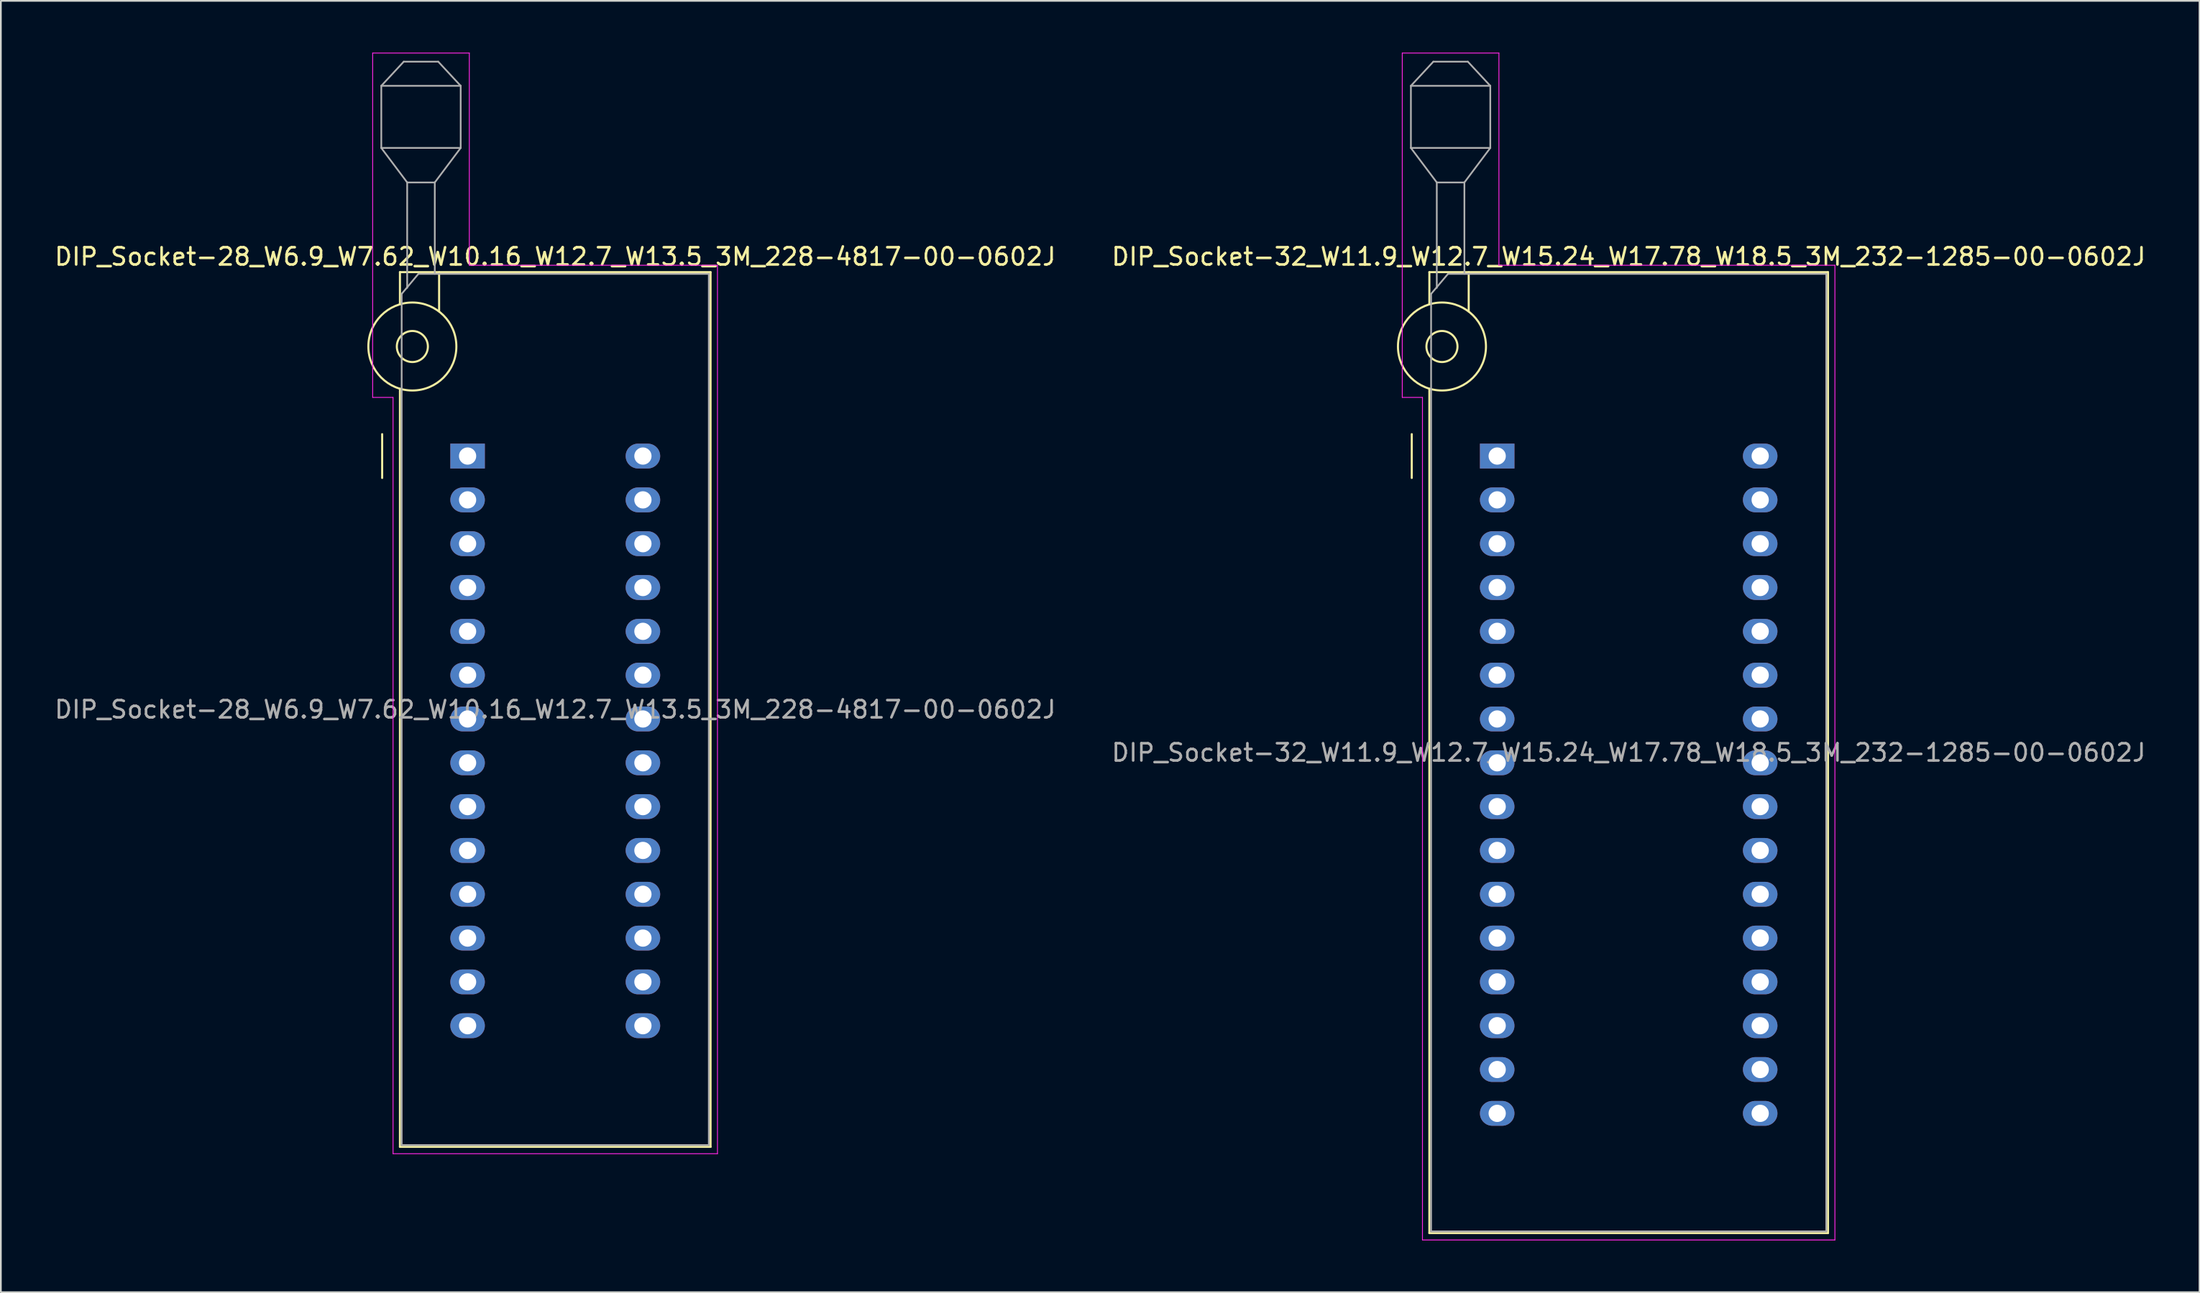
<source format=kicad_pcb>
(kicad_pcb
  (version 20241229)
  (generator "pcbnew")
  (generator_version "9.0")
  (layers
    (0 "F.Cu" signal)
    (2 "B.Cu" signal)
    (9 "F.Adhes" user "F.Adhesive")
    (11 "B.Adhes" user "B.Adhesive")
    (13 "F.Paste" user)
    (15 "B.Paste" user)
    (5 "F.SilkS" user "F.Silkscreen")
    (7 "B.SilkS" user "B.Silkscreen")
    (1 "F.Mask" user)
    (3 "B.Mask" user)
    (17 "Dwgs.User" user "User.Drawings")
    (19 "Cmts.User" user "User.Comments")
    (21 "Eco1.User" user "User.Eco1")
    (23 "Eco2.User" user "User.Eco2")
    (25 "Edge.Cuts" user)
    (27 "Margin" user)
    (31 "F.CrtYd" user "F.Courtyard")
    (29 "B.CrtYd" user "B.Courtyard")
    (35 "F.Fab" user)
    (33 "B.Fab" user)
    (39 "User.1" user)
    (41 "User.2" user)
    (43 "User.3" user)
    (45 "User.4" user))
  (footprint "DIP_Socket-32_W11.9_W12.7_W15.24_W17.78_W18.5_3M_232-1285-00-0602J"
    (layer "F.Cu")
    (at 83.707 23.385)
    (property "Reference" "DIP_Socket-32_W11.9_W12.7_W15.24_W17.78_W18.5_3M_232-1285-00-0602J" (at 7.62 -11.56 0) (layer "F.SilkS") (effects (font (size 1 1) (thickness 0.15))))
    (attr through_hole)
    (fp_line (start -4.95 1.27) (end -4.95 -1.27) (stroke (width 0.12) (type solid)) (layer "F.SilkS"))
    (fp_line (start -3.93 -10.66) (end -3.93 -8.8) (stroke (width 0.12) (type solid)) (layer "F.SilkS"))
    (fp_line (start -3.93 -3.9) (end -3.93 45.04) (stroke (width 0.12) (type solid)) (layer "F.SilkS"))
    (fp_line (start -3.93 45.04) (end 19.17 45.04) (stroke (width 0.12) (type solid)) (layer "F.SilkS"))
    (fp_line (start -1.65 -10.66) (end -1.65 -8.4) (stroke (width 0.12) (type solid)) (layer "F.SilkS"))
    (fp_line (start 19.17 -10.66) (end -3.93 -10.66) (stroke (width 0.12) (type solid)) (layer "F.SilkS"))
    (fp_line (start 19.17 45.04) (end 19.17 -10.66) (stroke (width 0.12) (type solid)) (layer "F.SilkS"))
    (fp_circle (center -3.2 -6.35) (end -2.3 -6.35) (stroke (width 0.12) (type solid)) (fill no) (layer "F.SilkS"))
    (fp_circle (center -3.2 -6.35) (end -0.65 -6.35) (stroke (width 0.12) (type solid)) (fill no) (layer "F.SilkS"))
    (fp_line (start -5.5 -23.36) (end 0.1 -23.36) (stroke (width 0.05) (type solid)) (layer "F.CrtYd"))
    (fp_line (start -5.5 -3.4) (end -5.5 -23.36) (stroke (width 0.05) (type solid)) (layer "F.CrtYd"))
    (fp_line (start -4.33 -3.4) (end -5.5 -3.4) (stroke (width 0.05) (type solid)) (layer "F.CrtYd"))
    (fp_line (start -4.33 45.44) (end -4.33 -3.4) (stroke (width 0.05) (type solid)) (layer "F.CrtYd"))
    (fp_line (start 0.1 -23.36) (end 0.1 -11.06) (stroke (width 0.05) (type solid)) (layer "F.CrtYd"))
    (fp_line (start 0.1 -11.06) (end 19.57 -11.06) (stroke (width 0.05) (type solid)) (layer "F.CrtYd"))
    (fp_line (start 19.57 -11.06) (end 19.57 45.44) (stroke (width 0.05) (type solid)) (layer "F.CrtYd"))
    (fp_line (start 19.57 45.44) (end -4.33 45.44) (stroke (width 0.05) (type solid)) (layer "F.CrtYd"))
    (fp_line (start -5 -21.46) (end -5 -17.86) (stroke (width 0.1) (type solid)) (layer "F.Fab"))
    (fp_line (start -5 -21.46) (end -3.7 -22.86) (stroke (width 0.1) (type solid)) (layer "F.Fab"))
    (fp_line (start -5 -17.86) (end -3.5 -15.86) (stroke (width 0.1) (type solid)) (layer "F.Fab"))
    (fp_line (start -5 -17.86) (end -0.4 -17.86) (stroke (width 0.1) (type solid)) (layer "F.Fab"))
    (fp_line (start -3.83 -9.4) (end -2.85 -10.56) (stroke (width 0.1) (type solid)) (layer "F.Fab"))
    (fp_line (start -3.83 44.94) (end -3.83 -9.4) (stroke (width 0.1) (type solid)) (layer "F.Fab"))
    (fp_line (start -3.7 -22.86) (end -1.7 -22.86) (stroke (width 0.1) (type solid)) (layer "F.Fab"))
    (fp_line (start -3.5 -15.86) (end -1.9 -15.86) (stroke (width 0.1) (type solid)) (layer "F.Fab"))
    (fp_line (start -3.5 -9.75) (end -3.5 -15.86) (stroke (width 0.1) (type solid)) (layer "F.Fab"))
    (fp_line (start -2.85 -10.56) (end 19.07 -10.56) (stroke (width 0.1) (type solid)) (layer "F.Fab"))
    (fp_line (start -1.9 -15.86) (end -1.9 -10.56) (stroke (width 0.1) (type solid)) (layer "F.Fab"))
    (fp_line (start -1.7 -22.86) (end -0.4 -21.46) (stroke (width 0.1) (type solid)) (layer "F.Fab"))
    (fp_line (start -0.4 -21.46) (end -5 -21.46) (stroke (width 0.1) (type solid)) (layer "F.Fab"))
    (fp_line (start -0.4 -17.86) (end -1.9 -15.86) (stroke (width 0.1) (type solid)) (layer "F.Fab"))
    (fp_line (start -0.4 -17.86) (end -0.4 -21.46) (stroke (width 0.1) (type solid)) (layer "F.Fab"))
    (fp_line (start 19.07 -10.56) (end 19.07 44.94) (stroke (width 0.1) (type solid)) (layer "F.Fab"))
    (fp_line (start 19.07 44.94) (end -3.83 44.94) (stroke (width 0.1) (type solid)) (layer "F.Fab"))
    (fp_text user "${REFERENCE}" (at 7.62 17.19 0) (layer "F.Fab") (effects (font (size 1 1) (thickness 0.15))))
    (pad "1" thru_hole rect (at 0 0) (size 2 1.44) (drill 1) (layers "*.Cu" "*.Mask"))
    (pad "2" thru_hole oval (at 0 2.54) (size 2 1.44) (drill 1) (layers "*.Cu" "*.Mask"))
    (pad "3" thru_hole oval (at 0 5.08) (size 2 1.44) (drill 1) (layers "*.Cu" "*.Mask"))
    (pad "4" thru_hole oval (at 0 7.62) (size 2 1.44) (drill 1) (layers "*.Cu" "*.Mask"))
    (pad "5" thru_hole oval (at 0 10.16) (size 2 1.44) (drill 1) (layers "*.Cu" "*.Mask"))
    (pad "6" thru_hole oval (at 0 12.7) (size 2 1.44) (drill 1) (layers "*.Cu" "*.Mask"))
    (pad "7" thru_hole oval (at 0 15.24) (size 2 1.44) (drill 1) (layers "*.Cu" "*.Mask"))
    (pad "8" thru_hole oval (at 0 17.78) (size 2 1.44) (drill 1) (layers "*.Cu" "*.Mask"))
    (pad "9" thru_hole oval (at 0 20.32) (size 2 1.44) (drill 1) (layers "*.Cu" "*.Mask"))
    (pad "10" thru_hole oval (at 0 22.86) (size 2 1.44) (drill 1) (layers "*.Cu" "*.Mask"))
    (pad "11" thru_hole oval (at 0 25.4) (size 2 1.44) (drill 1) (layers "*.Cu" "*.Mask"))
    (pad "12" thru_hole oval (at 0 27.94) (size 2 1.44) (drill 1) (layers "*.Cu" "*.Mask"))
    (pad "13" thru_hole oval (at 0 30.48) (size 2 1.44) (drill 1) (layers "*.Cu" "*.Mask"))
    (pad "14" thru_hole oval (at 0 33.02) (size 2 1.44) (drill 1) (layers "*.Cu" "*.Mask"))
    (pad "15" thru_hole oval (at 0 35.56) (size 2 1.44) (drill 1) (layers "*.Cu" "*.Mask"))
    (pad "16" thru_hole oval (at 0 38.1) (size 2 1.44) (drill 1) (layers "*.Cu" "*.Mask"))
    (pad "17" thru_hole oval (at 15.24 38.1) (size 2 1.44) (drill 1) (layers "*.Cu" "*.Mask"))
    (pad "18" thru_hole oval (at 15.24 35.56) (size 2 1.44) (drill 1) (layers "*.Cu" "*.Mask"))
    (pad "19" thru_hole oval (at 15.24 33.02) (size 2 1.44) (drill 1) (layers "*.Cu" "*.Mask"))
    (pad "20" thru_hole oval (at 15.24 30.48) (size 2 1.44) (drill 1) (layers "*.Cu" "*.Mask"))
    (pad "21" thru_hole oval (at 15.24 27.94) (size 2 1.44) (drill 1) (layers "*.Cu" "*.Mask"))
    (pad "22" thru_hole oval (at 15.24 25.4) (size 2 1.44) (drill 1) (layers "*.Cu" "*.Mask"))
    (pad "23" thru_hole oval (at 15.24 22.86) (size 2 1.44) (drill 1) (layers "*.Cu" "*.Mask"))
    (pad "24" thru_hole oval (at 15.24 20.32) (size 2 1.44) (drill 1) (layers "*.Cu" "*.Mask"))
    (pad "25" thru_hole oval (at 15.24 17.78) (size 2 1.44) (drill 1) (layers "*.Cu" "*.Mask"))
    (pad "26" thru_hole oval (at 15.24 15.24) (size 2 1.44) (drill 1) (layers "*.Cu" "*.Mask"))
    (pad "27" thru_hole oval (at 15.24 12.7) (size 2 1.44) (drill 1) (layers "*.Cu" "*.Mask"))
    (pad "28" thru_hole oval (at 15.24 10.16) (size 2 1.44) (drill 1) (layers "*.Cu" "*.Mask"))
    (pad "29" thru_hole oval (at 15.24 7.62) (size 2 1.44) (drill 1) (layers "*.Cu" "*.Mask"))
    (pad "30" thru_hole oval (at 15.24 5.08) (size 2 1.44) (drill 1) (layers "*.Cu" "*.Mask"))
    (pad "31" thru_hole oval (at 15.24 2.54) (size 2 1.44) (drill 1) (layers "*.Cu" "*.Mask"))
    (pad "32" thru_hole oval (at 15.24 0) (size 2 1.44) (drill 1) (layers "*.Cu" "*.Mask")))
  (footprint "DIP_Socket-28_W6.9_W7.62_W10.16_W12.7_W13.5_3M_228-4817-00-0602J"
    (layer "F.Cu")
    (at 24.045 23.385)
    (property "Reference" "DIP_Socket-28_W6.9_W7.62_W10.16_W12.7_W13.5_3M_228-4817-00-0602J" (at 5.08 -11.56 0) (layer "F.SilkS") (effects (font (size 1 1) (thickness 0.15))))
    (attr through_hole)
    (fp_line (start -4.95 1.27) (end -4.95 -1.27) (stroke (width 0.12) (type solid)) (layer "F.SilkS"))
    (fp_line (start -3.92 -10.66) (end -3.92 -8.8) (stroke (width 0.12) (type solid)) (layer "F.SilkS"))
    (fp_line (start -3.92 -3.9) (end -3.92 40.04) (stroke (width 0.12) (type solid)) (layer "F.SilkS"))
    (fp_line (start -3.92 40.04) (end 14.08 40.04) (stroke (width 0.12) (type solid)) (layer "F.SilkS"))
    (fp_line (start -1.65 -10.66) (end -1.65 -8.4) (stroke (width 0.12) (type solid)) (layer "F.SilkS"))
    (fp_line (start 14.08 -10.66) (end -3.92 -10.66) (stroke (width 0.12) (type solid)) (layer "F.SilkS"))
    (fp_line (start 14.08 40.04) (end 14.08 -10.66) (stroke (width 0.12) (type solid)) (layer "F.SilkS"))
    (fp_circle (center -3.2 -6.35) (end -2.3 -6.35) (stroke (width 0.12) (type solid)) (fill no) (layer "F.SilkS"))
    (fp_circle (center -3.2 -6.35) (end -0.65 -6.35) (stroke (width 0.12) (type solid)) (fill no) (layer "F.SilkS"))
    (fp_line (start -5.5 -23.36) (end 0.1 -23.36) (stroke (width 0.05) (type solid)) (layer "F.CrtYd"))
    (fp_line (start -5.5 -3.4) (end -5.5 -23.36) (stroke (width 0.05) (type solid)) (layer "F.CrtYd"))
    (fp_line (start -4.32 -3.4) (end -5.5 -3.4) (stroke (width 0.05) (type solid)) (layer "F.CrtYd"))
    (fp_line (start -4.32 40.44) (end -4.32 -3.4) (stroke (width 0.05) (type solid)) (layer "F.CrtYd"))
    (fp_line (start 0.1 -23.36) (end 0.1 -11.06) (stroke (width 0.05) (type solid)) (layer "F.CrtYd"))
    (fp_line (start 0.1 -11.06) (end 14.48 -11.06) (stroke (width 0.05) (type solid)) (layer "F.CrtYd"))
    (fp_line (start 14.48 -11.06) (end 14.48 40.44) (stroke (width 0.05) (type solid)) (layer "F.CrtYd"))
    (fp_line (start 14.48 40.44) (end -4.32 40.44) (stroke (width 0.05) (type solid)) (layer "F.CrtYd"))
    (fp_line (start -5 -21.46) (end -5 -17.86) (stroke (width 0.1) (type solid)) (layer "F.Fab"))
    (fp_line (start -5 -21.46) (end -3.7 -22.86) (stroke (width 0.1) (type solid)) (layer "F.Fab"))
    (fp_line (start -5 -17.86) (end -3.5 -15.86) (stroke (width 0.1) (type solid)) (layer "F.Fab"))
    (fp_line (start -5 -17.86) (end -0.4 -17.86) (stroke (width 0.1) (type solid)) (layer "F.Fab"))
    (fp_line (start -3.82 -9.4) (end -2.85 -10.56) (stroke (width 0.1) (type solid)) (layer "F.Fab"))
    (fp_line (start -3.82 39.94) (end -3.82 -9.4) (stroke (width 0.1) (type solid)) (layer "F.Fab"))
    (fp_line (start -3.7 -22.86) (end -1.7 -22.86) (stroke (width 0.1) (type solid)) (layer "F.Fab"))
    (fp_line (start -3.5 -15.86) (end -1.9 -15.86) (stroke (width 0.1) (type solid)) (layer "F.Fab"))
    (fp_line (start -3.5 -9.75) (end -3.5 -15.86) (stroke (width 0.1) (type solid)) (layer "F.Fab"))
    (fp_line (start -2.85 -10.56) (end 13.98 -10.56) (stroke (width 0.1) (type solid)) (layer "F.Fab"))
    (fp_line (start -1.9 -15.86) (end -1.9 -10.56) (stroke (width 0.1) (type solid)) (layer "F.Fab"))
    (fp_line (start -1.7 -22.86) (end -0.4 -21.46) (stroke (width 0.1) (type solid)) (layer "F.Fab"))
    (fp_line (start -0.4 -21.46) (end -5 -21.46) (stroke (width 0.1) (type solid)) (layer "F.Fab"))
    (fp_line (start -0.4 -17.86) (end -1.9 -15.86) (stroke (width 0.1) (type solid)) (layer "F.Fab"))
    (fp_line (start -0.4 -17.86) (end -0.4 -21.46) (stroke (width 0.1) (type solid)) (layer "F.Fab"))
    (fp_line (start 13.98 -10.56) (end 13.98 39.94) (stroke (width 0.1) (type solid)) (layer "F.Fab"))
    (fp_line (start 13.98 39.94) (end -3.82 39.94) (stroke (width 0.1) (type solid)) (layer "F.Fab"))
    (fp_text user "${REFERENCE}" (at 5.08 14.69 0) (layer "F.Fab") (effects (font (size 1 1) (thickness 0.15))))
    (pad "1" thru_hole rect (at 0 0) (size 2 1.44) (drill 1) (layers "*.Cu" "*.Mask"))
    (pad "2" thru_hole oval (at 0 2.54) (size 2 1.44) (drill 1) (layers "*.Cu" "*.Mask"))
    (pad "3" thru_hole oval (at 0 5.08) (size 2 1.44) (drill 1) (layers "*.Cu" "*.Mask"))
    (pad "4" thru_hole oval (at 0 7.62) (size 2 1.44) (drill 1) (layers "*.Cu" "*.Mask"))
    (pad "5" thru_hole oval (at 0 10.16) (size 2 1.44) (drill 1) (layers "*.Cu" "*.Mask"))
    (pad "6" thru_hole oval (at 0 12.7) (size 2 1.44) (drill 1) (layers "*.Cu" "*.Mask"))
    (pad "7" thru_hole oval (at 0 15.24) (size 2 1.44) (drill 1) (layers "*.Cu" "*.Mask"))
    (pad "8" thru_hole oval (at 0 17.78) (size 2 1.44) (drill 1) (layers "*.Cu" "*.Mask"))
    (pad "9" thru_hole oval (at 0 20.32) (size 2 1.44) (drill 1) (layers "*.Cu" "*.Mask"))
    (pad "10" thru_hole oval (at 0 22.86) (size 2 1.44) (drill 1) (layers "*.Cu" "*.Mask"))
    (pad "11" thru_hole oval (at 0 25.4) (size 2 1.44) (drill 1) (layers "*.Cu" "*.Mask"))
    (pad "12" thru_hole oval (at 0 27.94) (size 2 1.44) (drill 1) (layers "*.Cu" "*.Mask"))
    (pad "13" thru_hole oval (at 0 30.48) (size 2 1.44) (drill 1) (layers "*.Cu" "*.Mask"))
    (pad "14" thru_hole oval (at 0 33.02) (size 2 1.44) (drill 1) (layers "*.Cu" "*.Mask"))
    (pad "15" thru_hole oval (at 10.16 33.02) (size 2 1.44) (drill 1) (layers "*.Cu" "*.Mask"))
    (pad "16" thru_hole oval (at 10.16 30.48) (size 2 1.44) (drill 1) (layers "*.Cu" "*.Mask"))
    (pad "17" thru_hole oval (at 10.16 27.94) (size 2 1.44) (drill 1) (layers "*.Cu" "*.Mask"))
    (pad "18" thru_hole oval (at 10.16 25.4) (size 2 1.44) (drill 1) (layers "*.Cu" "*.Mask"))
    (pad "19" thru_hole oval (at 10.16 22.86) (size 2 1.44) (drill 1) (layers "*.Cu" "*.Mask"))
    (pad "20" thru_hole oval (at 10.16 20.32) (size 2 1.44) (drill 1) (layers "*.Cu" "*.Mask"))
    (pad "21" thru_hole oval (at 10.16 17.78) (size 2 1.44) (drill 1) (layers "*.Cu" "*.Mask"))
    (pad "22" thru_hole oval (at 10.16 15.24) (size 2 1.44) (drill 1) (layers "*.Cu" "*.Mask"))
    (pad "23" thru_hole oval (at 10.16 12.7) (size 2 1.44) (drill 1) (layers "*.Cu" "*.Mask"))
    (pad "24" thru_hole oval (at 10.16 10.16) (size 2 1.44) (drill 1) (layers "*.Cu" "*.Mask"))
    (pad "25" thru_hole oval (at 10.16 7.62) (size 2 1.44) (drill 1) (layers "*.Cu" "*.Mask"))
    (pad "26" thru_hole oval (at 10.16 5.08) (size 2 1.44) (drill 1) (layers "*.Cu" "*.Mask"))
    (pad "27" thru_hole oval (at 10.16 2.54) (size 2 1.44) (drill 1) (layers "*.Cu" "*.Mask"))
    (pad "28" thru_hole oval (at 10.16 0) (size 2 1.44) (drill 1) (layers "*.Cu" "*.Mask")))
  (gr_rect
    (start -3 -3)
    (end 124.405 71.85)
    (stroke (width 0.1) (type default))
    (fill no)
    (layer "Edge.Cuts")))
</source>
